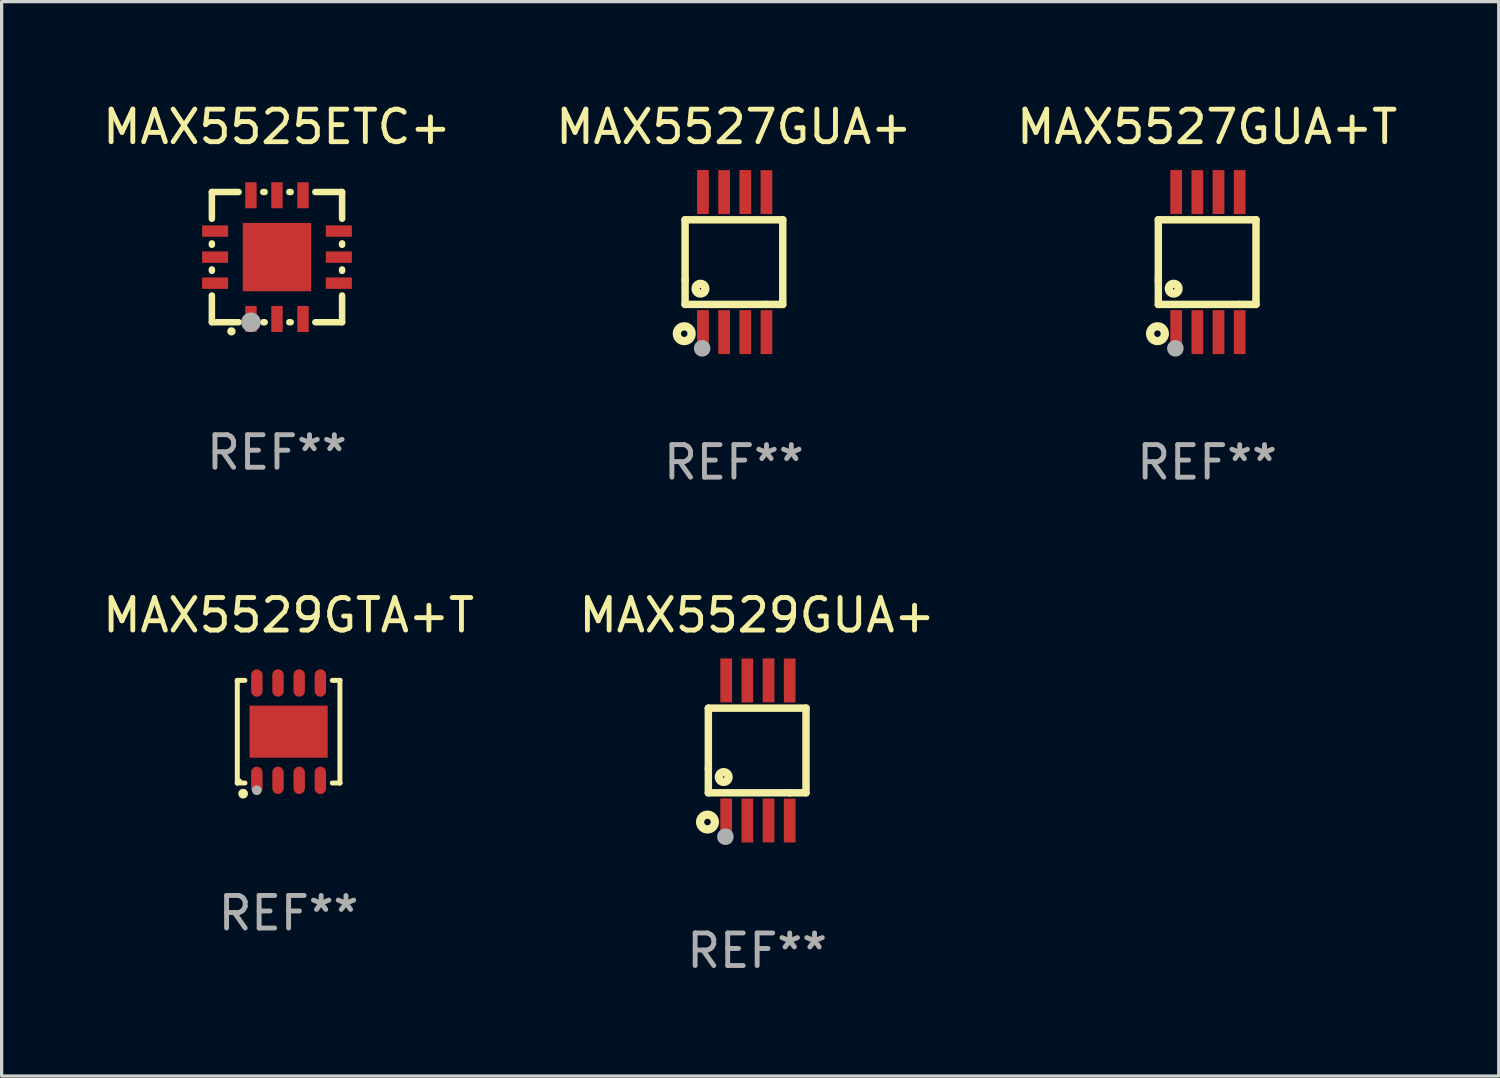
<source format=kicad_pcb>
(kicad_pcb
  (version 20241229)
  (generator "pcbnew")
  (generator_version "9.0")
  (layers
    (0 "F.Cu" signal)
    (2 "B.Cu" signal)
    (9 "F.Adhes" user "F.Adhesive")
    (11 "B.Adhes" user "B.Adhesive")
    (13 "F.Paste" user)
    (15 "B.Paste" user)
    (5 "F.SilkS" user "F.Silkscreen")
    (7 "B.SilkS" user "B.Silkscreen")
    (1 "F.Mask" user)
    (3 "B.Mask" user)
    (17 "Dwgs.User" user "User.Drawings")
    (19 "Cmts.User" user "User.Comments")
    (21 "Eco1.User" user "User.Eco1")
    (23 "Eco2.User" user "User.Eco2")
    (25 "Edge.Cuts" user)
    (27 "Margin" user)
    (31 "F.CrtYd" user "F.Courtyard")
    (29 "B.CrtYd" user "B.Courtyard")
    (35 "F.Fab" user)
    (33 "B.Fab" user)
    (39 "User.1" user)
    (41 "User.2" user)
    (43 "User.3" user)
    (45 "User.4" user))
  (footprint "MAX5527GUA+"
    (layer "F.Cu")
    (at 19.494 5)
    (property "Reference" "MAX5527GUA+" (at 0 -4.152 0) (layer "F.SilkS") (effects (font (size 1 1) (thickness 0.15))))
    (attr through_hole)
    (fp_line (start -1.5 1.301) (end 1 1.301) (stroke (width 0.229) (type solid)) (layer "F.SilkS"))
    (fp_line (start -1.5 -1.299) (end -1.5 0.551) (stroke (width 0.229) (type solid)) (layer "F.SilkS"))
    (fp_line (start -1.5 0.551) (end -1.5 1.301) (stroke (width 0.229) (type solid)) (layer "F.SilkS"))
    (fp_line (start 1 1.301) (end 1.5 1.301) (stroke (width 0.229) (type solid)) (layer "F.SilkS"))
    (fp_line (start 1.5 1.301) (end 1.5 -1.299) (stroke (width 0.229) (type solid)) (layer "F.SilkS"))
    (fp_line (start 1.5 -1.299) (end -1.5 -1.299) (stroke (width 0.229) (type solid)) (layer "F.SilkS"))
    (fp_circle (center -1.526 2.2) (end -1.426 2.2) (stroke (width 0.254) (type solid)) (fill no) (layer "F.SilkS"))
    (fp_circle (center -1.476 2.45) (end -1.446 2.45) (stroke (width 0.06) (type solid)) (fill no) (layer "F.SilkS"))
    (fp_circle (center -1.028 0.817) (end -0.878 0.817) (stroke (width 0.254) (type solid)) (fill no) (layer "F.SilkS"))
    (fp_circle (center -0.976 2.65) (end -0.849 2.65) (stroke (width 0.254) (type solid)) (fill no) (layer "F.Fab"))
    (fp_text user "REF**" (at 0 6.152 0) (layer "F.Fab") (effects (font (size 1 1) (thickness 0.15))))
    (pad "1" smd rect (at -0.951 2.15) (size 0.36 1.35) (layers "F.Cu" "F.Mask" "F.Paste"))
    (pad "2" smd rect (at -0.301 2.152) (size 0.36 1.35) (layers "F.Cu" "F.Mask" "F.Paste"))
    (pad "3" smd rect (at 0.349 2.151) (size 0.36 1.35) (layers "F.Cu" "F.Mask" "F.Paste"))
    (pad "4" smd rect (at 0.999 2.152) (size 0.36 1.35) (layers "F.Cu" "F.Mask" "F.Paste"))
    (pad "5" smd rect (at 0.999 -2.149) (size 0.36 1.35) (layers "F.Cu" "F.Mask" "F.Paste"))
    (pad "6" smd rect (at 0.349 -2.152) (size 0.36 1.35) (layers "F.Cu" "F.Mask" "F.Paste"))
    (pad "7" smd rect (at -0.301 -2.149) (size 0.36 1.35) (layers "F.Cu" "F.Mask" "F.Paste"))
    (pad "8" smd rect (at -0.951 -2.152) (size 0.36 1.35) (layers "F.Cu" "F.Mask" "F.Paste")))
  (footprint "MAX5529GUA+"
    (layer "F.Cu")
    (at 20.208 20.001)
    (property "Reference" "MAX5529GUA+" (at 0 -4.152 0) (layer "F.SilkS") (effects (font (size 1 1) (thickness 0.15))))
    (attr through_hole)
    (fp_line (start -1.5 1.301) (end 1 1.301) (stroke (width 0.229) (type solid)) (layer "F.SilkS"))
    (fp_line (start -1.5 -1.299) (end -1.5 0.551) (stroke (width 0.229) (type solid)) (layer "F.SilkS"))
    (fp_line (start -1.5 0.551) (end -1.5 1.301) (stroke (width 0.229) (type solid)) (layer "F.SilkS"))
    (fp_line (start 1 1.301) (end 1.5 1.301) (stroke (width 0.229) (type solid)) (layer "F.SilkS"))
    (fp_line (start 1.5 1.301) (end 1.5 -1.299) (stroke (width 0.229) (type solid)) (layer "F.SilkS"))
    (fp_line (start 1.5 -1.299) (end -1.5 -1.299) (stroke (width 0.229) (type solid)) (layer "F.SilkS"))
    (fp_circle (center -1.526 2.2) (end -1.426 2.2) (stroke (width 0.254) (type solid)) (fill no) (layer "F.SilkS"))
    (fp_circle (center -1.476 2.45) (end -1.446 2.45) (stroke (width 0.06) (type solid)) (fill no) (layer "F.SilkS"))
    (fp_circle (center -1.028 0.817) (end -0.878 0.817) (stroke (width 0.254) (type solid)) (fill no) (layer "F.SilkS"))
    (fp_circle (center -0.976 2.65) (end -0.849 2.65) (stroke (width 0.254) (type solid)) (fill no) (layer "F.Fab"))
    (fp_text user "REF**" (at 0 6.152 0) (layer "F.Fab") (effects (font (size 1 1) (thickness 0.15))))
    (pad "1" smd rect (at -0.951 2.15) (size 0.36 1.35) (layers "F.Cu" "F.Mask" "F.Paste"))
    (pad "2" smd rect (at -0.301 2.152) (size 0.36 1.35) (layers "F.Cu" "F.Mask" "F.Paste"))
    (pad "3" smd rect (at 0.349 2.151) (size 0.36 1.35) (layers "F.Cu" "F.Mask" "F.Paste"))
    (pad "4" smd rect (at 0.999 2.152) (size 0.36 1.35) (layers "F.Cu" "F.Mask" "F.Paste"))
    (pad "5" smd rect (at 0.999 -2.149) (size 0.36 1.35) (layers "F.Cu" "F.Mask" "F.Paste"))
    (pad "6" smd rect (at 0.349 -2.152) (size 0.36 1.35) (layers "F.Cu" "F.Mask" "F.Paste"))
    (pad "7" smd rect (at -0.301 -2.149) (size 0.36 1.35) (layers "F.Cu" "F.Mask" "F.Paste"))
    (pad "8" smd rect (at -0.951 -2.152) (size 0.36 1.35) (layers "F.Cu" "F.Mask" "F.Paste")))
  (footprint "MAX5527GUA+T"
    (layer "F.Cu")
    (at 34.03 5)
    (property "Reference" "MAX5527GUA+T" (at 0 -4.152 0) (layer "F.SilkS") (effects (font (size 1 1) (thickness 0.15))))
    (attr through_hole)
    (fp_line (start -1.5 1.301) (end 1 1.301) (stroke (width 0.229) (type solid)) (layer "F.SilkS"))
    (fp_line (start -1.5 -1.299) (end -1.5 0.551) (stroke (width 0.229) (type solid)) (layer "F.SilkS"))
    (fp_line (start -1.5 0.551) (end -1.5 1.301) (stroke (width 0.229) (type solid)) (layer "F.SilkS"))
    (fp_line (start 1 1.301) (end 1.5 1.301) (stroke (width 0.229) (type solid)) (layer "F.SilkS"))
    (fp_line (start 1.5 1.301) (end 1.5 -1.299) (stroke (width 0.229) (type solid)) (layer "F.SilkS"))
    (fp_line (start 1.5 -1.299) (end -1.5 -1.299) (stroke (width 0.229) (type solid)) (layer "F.SilkS"))
    (fp_circle (center -1.526 2.2) (end -1.426 2.2) (stroke (width 0.254) (type solid)) (fill no) (layer "F.SilkS"))
    (fp_circle (center -1.476 2.45) (end -1.446 2.45) (stroke (width 0.06) (type solid)) (fill no) (layer "F.SilkS"))
    (fp_circle (center -1.028 0.817) (end -0.878 0.817) (stroke (width 0.254) (type solid)) (fill no) (layer "F.SilkS"))
    (fp_circle (center -0.976 2.65) (end -0.849 2.65) (stroke (width 0.254) (type solid)) (fill no) (layer "F.Fab"))
    (fp_text user "REF**" (at 0 6.152 0) (layer "F.Fab") (effects (font (size 1 1) (thickness 0.15))))
    (pad "1" smd rect (at -0.951 2.15) (size 0.36 1.35) (layers "F.Cu" "F.Mask" "F.Paste"))
    (pad "2" smd rect (at -0.301 2.152) (size 0.36 1.35) (layers "F.Cu" "F.Mask" "F.Paste"))
    (pad "3" smd rect (at 0.349 2.151) (size 0.36 1.35) (layers "F.Cu" "F.Mask" "F.Paste"))
    (pad "4" smd rect (at 0.999 2.152) (size 0.36 1.35) (layers "F.Cu" "F.Mask" "F.Paste"))
    (pad "5" smd rect (at 0.999 -2.149) (size 0.36 1.35) (layers "F.Cu" "F.Mask" "F.Paste"))
    (pad "6" smd rect (at 0.349 -2.152) (size 0.36 1.35) (layers "F.Cu" "F.Mask" "F.Paste"))
    (pad "7" smd rect (at -0.301 -2.149) (size 0.36 1.35) (layers "F.Cu" "F.Mask" "F.Paste"))
    (pad "8" smd rect (at -0.951 -2.152) (size 0.36 1.35) (layers "F.Cu" "F.Mask" "F.Paste")))
  (footprint "MAX5525ETC+"
    (layer "F.Cu")
    (at 5.458 4.848)
    (property "Reference" "MAX5525ETC+" (at 0 -4 0) (layer "F.SilkS") (effects (font (size 1 1) (thickness 0.15))))
    (attr through_hole)
    (fp_line (start -2 -2) (end -1.179 -2) (stroke (width 0.2) (type solid)) (layer "F.SilkS"))
    (fp_line (start -2 -1.179) (end -2 -2) (stroke (width 0.2) (type solid)) (layer "F.SilkS"))
    (fp_line (start -2 -0.379) (end -2 -0.421) (stroke (width 0.2) (type solid)) (layer "F.SilkS"))
    (fp_line (start -2 0.421) (end -2 0.379) (stroke (width 0.2) (type solid)) (layer "F.SilkS"))
    (fp_line (start -2 2) (end -2 1.179) (stroke (width 0.2) (type solid)) (layer "F.SilkS"))
    (fp_line (start -1.179 2) (end -2 2) (stroke (width 0.2) (type solid)) (layer "F.SilkS"))
    (fp_line (start -0.421 -2) (end -0.379 -2) (stroke (width 0.2) (type solid)) (layer "F.SilkS"))
    (fp_line (start -0.379 2) (end -0.421 2) (stroke (width 0.2) (type solid)) (layer "F.SilkS"))
    (fp_line (start 0.379 -2) (end 0.421 -2) (stroke (width 0.2) (type solid)) (layer "F.SilkS"))
    (fp_line (start 0.421 2) (end 0.379 2) (stroke (width 0.2) (type solid)) (layer "F.SilkS"))
    (fp_line (start 1.179 -2) (end 2 -2) (stroke (width 0.2) (type solid)) (layer "F.SilkS"))
    (fp_line (start 2 -2) (end 2 -1.179) (stroke (width 0.2) (type solid)) (layer "F.SilkS"))
    (fp_line (start 2 -0.421) (end 2 -0.379) (stroke (width 0.2) (type solid)) (layer "F.SilkS"))
    (fp_line (start 2 0.379) (end 2 0.421) (stroke (width 0.2) (type solid)) (layer "F.SilkS"))
    (fp_line (start 2 1.179) (end 2 2) (stroke (width 0.2) (type solid)) (layer "F.SilkS"))
    (fp_line (start 2 2) (end 1.179 2) (stroke (width 0.2) (type solid)) (layer "F.SilkS"))
    (fp_arc (start -1.40127 2.28001) (mid -1.4 2.280003) (end -1.39873 2.28001) (stroke (width 0.254001) (type solid)) (layer "F.SilkS"))
    (fp_circle (center -2 2) (end -1.97 2) (stroke (width 0.06) (type solid)) (fill no) (layer "F.SilkS"))
    (fp_circle (center -0.8 2) (end -0.65 2) (stroke (width 0.3) (type solid)) (fill no) (layer "F.Fab"))
    (fp_text user "REF**" (at 0 6 0) (layer "F.Fab") (effects (font (size 1 1) (thickness 0.15))))
    (pad "1" smd rect (at -0.8 1.9 90) (size 0.8 0.35) (layers "F.Cu" "F.Mask" "F.Paste"))
    (pad "2" smd rect (at -0.000127 1.9 90) (size 0.8 0.35) (layers "F.Cu" "F.Mask" "F.Paste"))
    (pad "3" smd rect (at 0.8 1.9 90) (size 0.8 0.35) (layers "F.Cu" "F.Mask" "F.Paste"))
    (pad "4" smd rect (at 1.9 0.8 180) (size 0.8 0.35) (layers "F.Cu" "F.Mask" "F.Paste"))
    (pad "5" smd rect (at 1.9 -0.000127 180) (size 0.8 0.35) (layers "F.Cu" "F.Mask" "F.Paste"))
    (pad "6" smd rect (at 1.9 -0.8 180) (size 0.8 0.35) (layers "F.Cu" "F.Mask" "F.Paste"))
    (pad "7" smd rect (at 0.8 -1.9 270) (size 0.8 0.35) (layers "F.Cu" "F.Mask" "F.Paste"))
    (pad "8" smd rect (at -0.000127 -1.9 270) (size 0.8 0.35) (layers "F.Cu" "F.Mask" "F.Paste"))
    (pad "9" smd rect (at -0.8 -1.9 270) (size 0.8 0.35) (layers "F.Cu" "F.Mask" "F.Paste"))
    (pad "10" smd rect (at -1.9 -0.8) (size 0.8 0.35) (layers "F.Cu" "F.Mask" "F.Paste"))
    (pad "11" smd rect (at -1.9 -0.000127) (size 0.8 0.35) (layers "F.Cu" "F.Mask" "F.Paste"))
    (pad "12" smd rect (at -1.9 0.8) (size 0.8 0.35) (layers "F.Cu" "F.Mask" "F.Paste"))
    (pad "13" smd rect (at -0.000127 -0.000127 90) (size 2.1 2.1) (layers "F.Cu" "F.Mask" "F.Paste")))
  (footprint "MAX5529GTA+T"
    (layer "F.Cu")
    (at 5.815 19.425)
    (property "Reference" "MAX5529GTA+T" (at 0 -3.576 0) (layer "F.SilkS") (effects (font (size 1 1) (thickness 0.15))))
    (attr through_hole)
    (fp_line (start -1.576 -1.576) (end -1.576 -1.576) (stroke (width 0.152) (type solid)) (layer "F.SilkS"))
    (fp_line (start -1.576 -1.576) (end -1.341 -1.576) (stroke (width 0.152) (type solid)) (layer "F.SilkS"))
    (fp_line (start -1.576 1.576) (end -1.576 -1.576) (stroke (width 0.152) (type solid)) (layer "F.SilkS"))
    (fp_line (start -1.576 1.576) (end -1.576 1.576) (stroke (width 0.152) (type solid)) (layer "F.SilkS"))
    (fp_line (start -1.341 1.576) (end -1.576 1.576) (stroke (width 0.152) (type solid)) (layer "F.SilkS"))
    (fp_line (start 1.341 1.576) (end 1.576 1.576) (stroke (width 0.152) (type solid)) (layer "F.SilkS"))
    (fp_line (start 1.576 -1.576) (end 1.341 -1.576) (stroke (width 0.152) (type solid)) (layer "F.SilkS"))
    (fp_line (start 1.576 -1.576) (end 1.576 -1.576) (stroke (width 0.152) (type solid)) (layer "F.SilkS"))
    (fp_line (start 1.576 1.576) (end 1.576 -1.576) (stroke (width 0.152) (type solid)) (layer "F.SilkS"))
    (fp_line (start 1.576 1.576) (end 1.576 1.576) (stroke (width 0.152) (type solid)) (layer "F.SilkS"))
    (fp_circle (center -1.5 1.5) (end -1.47 1.5) (stroke (width 0.06) (type solid)) (fill no) (layer "F.SilkS"))
    (fp_circle (center -1.397 1.905) (end -1.322 1.905) (stroke (width 0.15) (type solid)) (fill no) (layer "F.SilkS"))
    (fp_circle (center -0.975 1.8) (end -0.9 1.8) (stroke (width 0.15) (type solid)) (fill no) (layer "F.Fab"))
    (fp_text user "REF**" (at 0 5.576 0) (layer "F.Fab") (effects (font (size 1 1) (thickness 0.15))))
    (pad "1" smd oval (at -0.975 1.495) (size 0.35 0.84) (layers "F.Cu" "F.Mask" "F.Paste"))
    (pad "2" smd oval (at -0.325 1.495) (size 0.35 0.84) (layers "F.Cu" "F.Mask" "F.Paste"))
    (pad "3" smd oval (at 0.325 1.495) (size 0.35 0.84) (layers "F.Cu" "F.Mask" "F.Paste"))
    (pad "4" smd oval (at 0.975 1.495) (size 0.35 0.84) (layers "F.Cu" "F.Mask" "F.Paste"))
    (pad "5" smd oval (at 0.975 -1.495) (size 0.35 0.84) (layers "F.Cu" "F.Mask" "F.Paste"))
    (pad "6" smd oval (at 0.325 -1.495) (size 0.35 0.84) (layers "F.Cu" "F.Mask" "F.Paste"))
    (pad "7" smd oval (at -0.325 -1.495) (size 0.35 0.84) (layers "F.Cu" "F.Mask" "F.Paste"))
    (pad "8" smd oval (at -0.975 -1.495) (size 0.35 0.84) (layers "F.Cu" "F.Mask" "F.Paste"))
    (pad "9" smd rect (at 0 0) (size 2.4 1.6) (layers "F.Cu" "F.Mask" "F.Paste")))
  (gr_rect
    (start -3 -3)
    (end 42.988 30.002)
    (stroke (width 0.1) (type default))
    (fill no)
    (layer "Edge.Cuts")))
</source>
